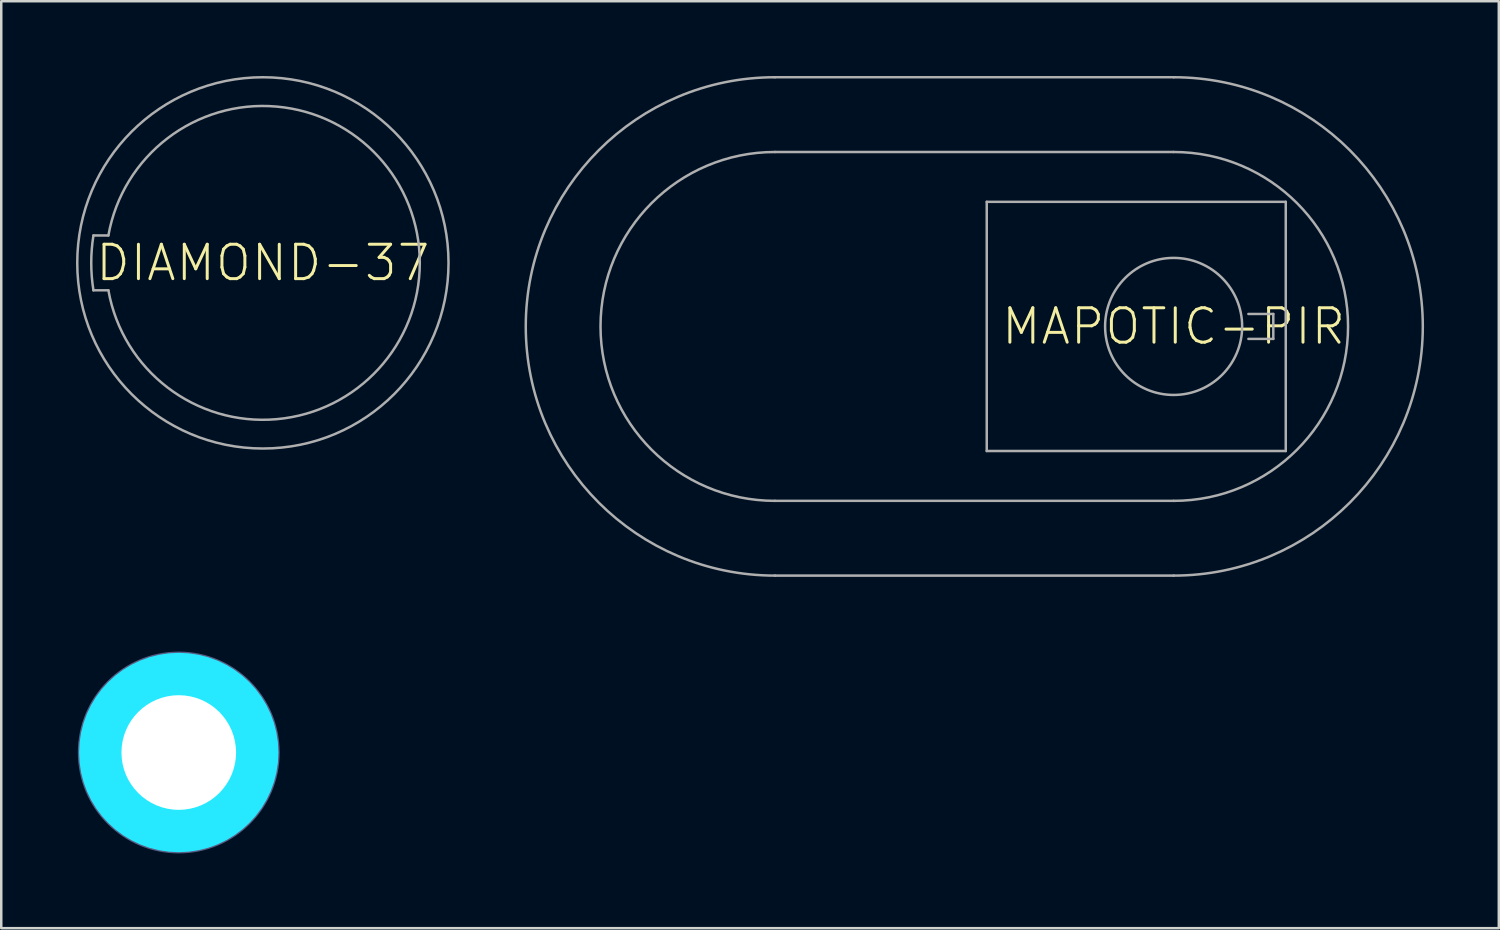
<source format=kicad_pcb>
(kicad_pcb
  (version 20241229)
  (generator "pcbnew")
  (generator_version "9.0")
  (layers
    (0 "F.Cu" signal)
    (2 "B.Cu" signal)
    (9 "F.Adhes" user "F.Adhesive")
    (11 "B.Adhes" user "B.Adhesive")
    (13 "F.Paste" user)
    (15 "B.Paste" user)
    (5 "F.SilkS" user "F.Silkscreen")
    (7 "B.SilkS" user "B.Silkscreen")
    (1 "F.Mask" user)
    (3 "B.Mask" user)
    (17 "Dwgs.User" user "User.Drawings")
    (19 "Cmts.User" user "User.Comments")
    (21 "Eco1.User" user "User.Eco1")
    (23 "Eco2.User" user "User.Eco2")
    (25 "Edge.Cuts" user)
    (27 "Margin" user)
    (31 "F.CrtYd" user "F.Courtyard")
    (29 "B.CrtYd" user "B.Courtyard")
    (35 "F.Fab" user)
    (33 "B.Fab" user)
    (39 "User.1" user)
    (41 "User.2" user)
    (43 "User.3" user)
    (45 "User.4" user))
  (footprint "MAPOTIC-PIR"
    (layer "F.Cu")
    (at 44.05 10.05)
    (property "Reference" "MAPOTIC-PIR" (at 0 0 0) (unlocked yes) (layer "F.SilkS") (effects (font (size 1.38 1.38) (thickness 0.12))))
    (fp_line (start -7.5 -5) (end -7.5 5) (stroke (width 0.1) (type solid)) (layer "F.Fab"))
    (fp_line (start 0 -10) (end -16 -10) (stroke (width 0.1) (type solid)) (layer "F.Fab"))
    (fp_line (start 0 -7) (end -16 -7) (stroke (width 0.1) (type solid)) (layer "F.Fab"))
    (fp_line (start 0 7) (end -16 7) (stroke (width 0.1) (type solid)) (layer "F.Fab"))
    (fp_line (start 0 10) (end -16 10) (stroke (width 0.1) (type solid)) (layer "F.Fab"))
    (fp_line (start 3 -0.5) (end 4 -0.5) (stroke (width 0.1) (type solid)) (layer "F.Fab"))
    (fp_line (start 4 -0.5) (end 4 0.5) (stroke (width 0.1) (type solid)) (layer "F.Fab"))
    (fp_line (start 4 0.5) (end 3 0.5) (stroke (width 0.1) (type solid)) (layer "F.Fab"))
    (fp_line (start 4.5 -5) (end -7.5 -5) (stroke (width 0.1) (type solid)) (layer "F.Fab"))
    (fp_line (start 4.5 -5) (end 4.5 5) (stroke (width 0.1) (type solid)) (layer "F.Fab"))
    (fp_line (start 4.5 5) (end -7.5 5) (stroke (width 0.1) (type solid)) (layer "F.Fab"))
    (fp_arc (start -16 7) (mid -23 0) (end -16 -7) (stroke (width 0.1) (type solid)) (layer "F.Fab"))
    (fp_arc (start -16 10) (mid -26 0) (end -16 -10) (stroke (width 0.1) (type solid)) (layer "F.Fab"))
    (fp_arc (start 0 -10) (mid 10 0) (end 0 10) (stroke (width 0.1) (type solid)) (layer "F.Fab"))
    (fp_arc (start 0 -7) (mid 7 0) (end 0 7) (stroke (width 0.1) (type solid)) (layer "F.Fab"))
    (fp_circle (center 0 0) (end 2.75 0) (stroke (width 0.1) (type solid)) (fill no) (layer "F.Fab")))
  (footprint "DIAMOND-37"
    (layer "F.Cu")
    (at 7.5 7.5)
    (property "Reference" "DIAMOND-37" (at 0 0 0) (unlocked yes) (layer "F.SilkS") (effects (font (size 1.38 1.38) (thickness 0.12))))
    (fp_line (start -6.2 -1.1) (end -6.8 -1.1) (stroke (width 0.1) (type solid)) (layer "F.Fab"))
    (fp_line (start -6.2 1.1) (end -6.8 1.1) (stroke (width 0.1) (type solid)) (layer "F.Fab"))
    (fp_arc (start -6.8 1.1) (mid -6.888396 0) (end -6.8 -1.1) (stroke (width 0.1) (type solid)) (layer "F.Fab"))
    (fp_arc (start -6.2 -1.1) (mid 6.296825 0) (end -6.2 1.1) (stroke (width 0.1) (type solid)) (layer "F.Fab"))
    (fp_circle (center 0 0) (end 7.45 0) (stroke (width 0.1) (type solid)) (fill no) (layer "F.Fab")))
  (footprint "POF-40048"
    (layer "F.Cu")
    (at 4.124 27.15)
    (property "Reference" "POF-40048" (at 0 0 0) (unlocked yes) (layer "F.SilkS") (effects (font (size 0.92 0.92) (thickness 0.08))))
    (fp_circle (center 0 0) (end 2 0) (stroke (width 4) (type solid)) (fill no) (layer "B.CrtYd"))
    (fp_circle (center 0 0) (end 1.525 0) (stroke (width 3.05) (type solid)) (fill no) (layer "F.CrtYd"))
    (fp_circle (center 0 0) (end 4 0) (stroke (width 0.1) (type solid)) (fill no) (layer "B.Fab"))
    (fp_circle (center 0 0) (end 3.05 0) (stroke (width 0.1) (type solid)) (fill no) (layer "F.Fab"))
    (pad "" np_thru_hole circle (at 0 0) (size 4.6 4.6) (drill 4.6) (layers "*.Cu" "*.Mask")))
  (gr_rect
    (start -3 -3)
    (end 57.1 34.2)
    (stroke (width 0.1) (type default))
    (fill no)
    (layer "Edge.Cuts")))
</source>
